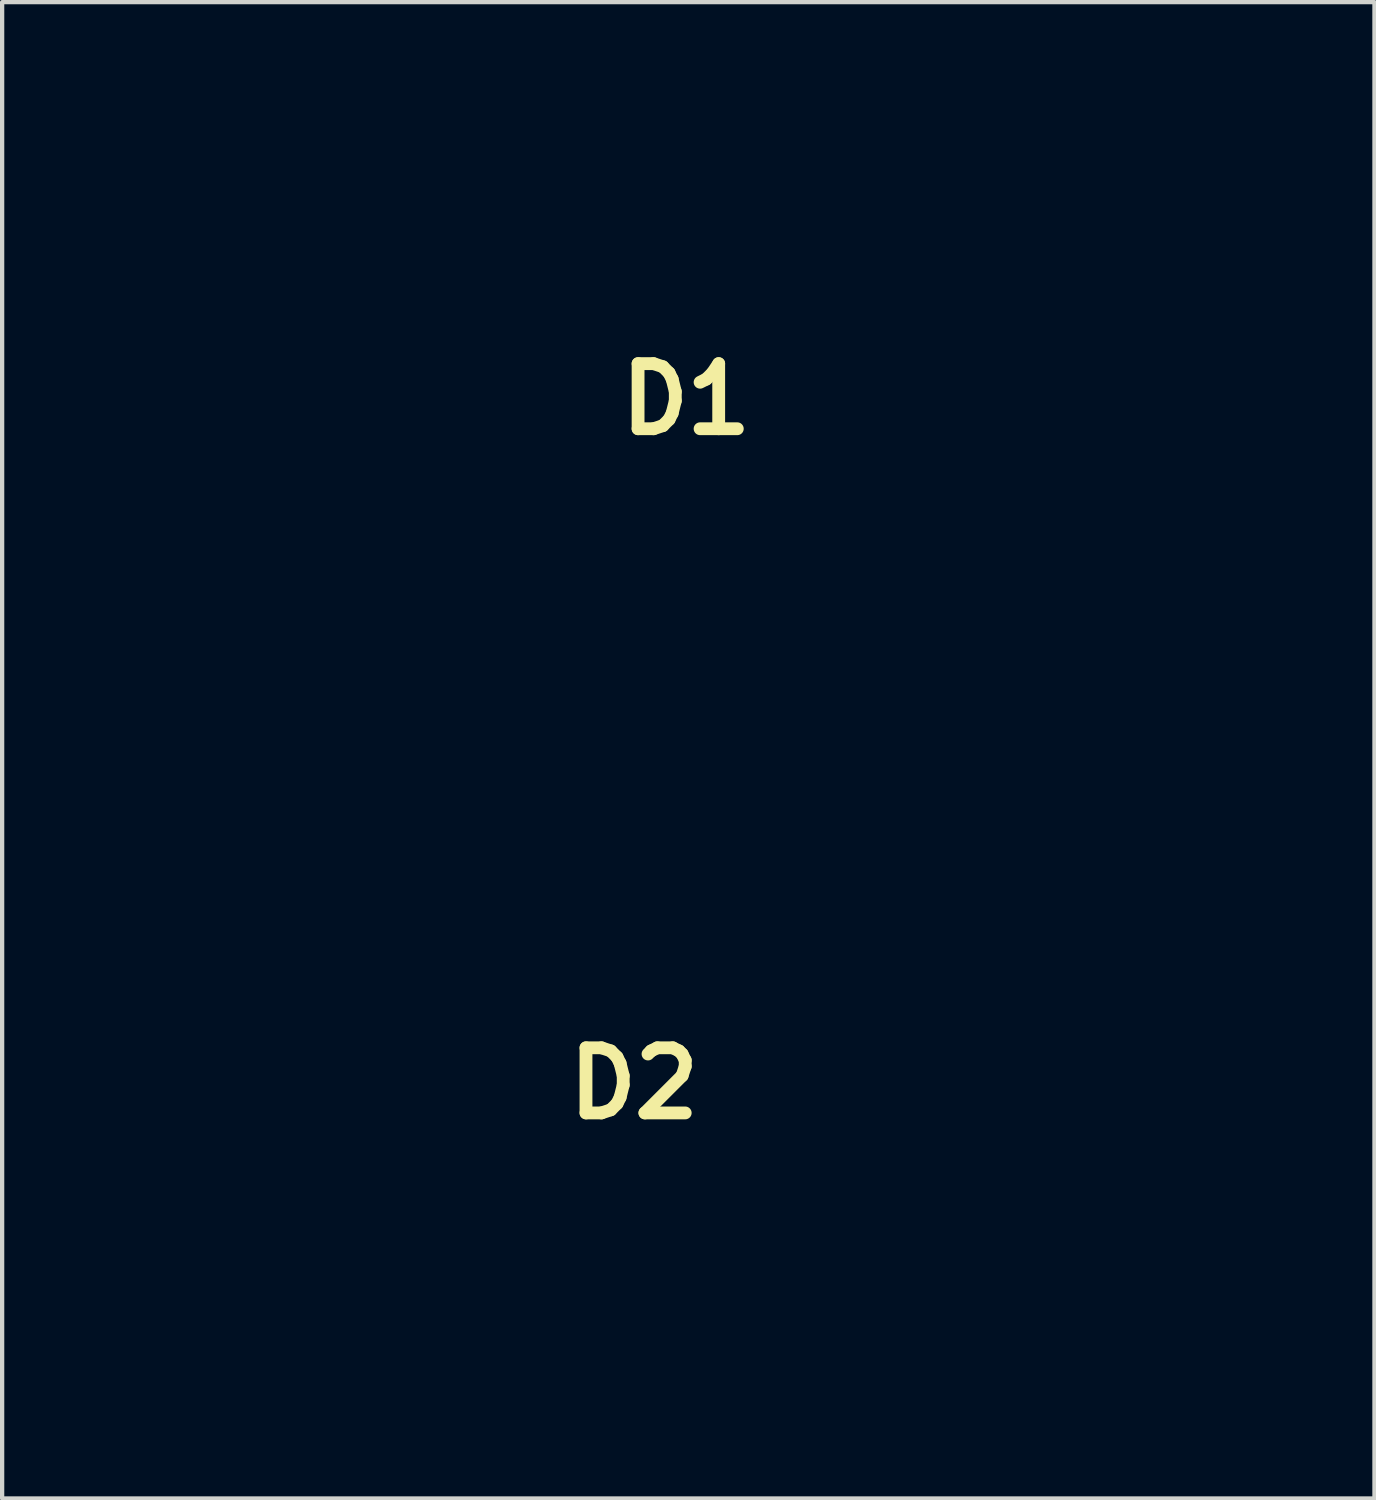
<source format=kicad_pcb>
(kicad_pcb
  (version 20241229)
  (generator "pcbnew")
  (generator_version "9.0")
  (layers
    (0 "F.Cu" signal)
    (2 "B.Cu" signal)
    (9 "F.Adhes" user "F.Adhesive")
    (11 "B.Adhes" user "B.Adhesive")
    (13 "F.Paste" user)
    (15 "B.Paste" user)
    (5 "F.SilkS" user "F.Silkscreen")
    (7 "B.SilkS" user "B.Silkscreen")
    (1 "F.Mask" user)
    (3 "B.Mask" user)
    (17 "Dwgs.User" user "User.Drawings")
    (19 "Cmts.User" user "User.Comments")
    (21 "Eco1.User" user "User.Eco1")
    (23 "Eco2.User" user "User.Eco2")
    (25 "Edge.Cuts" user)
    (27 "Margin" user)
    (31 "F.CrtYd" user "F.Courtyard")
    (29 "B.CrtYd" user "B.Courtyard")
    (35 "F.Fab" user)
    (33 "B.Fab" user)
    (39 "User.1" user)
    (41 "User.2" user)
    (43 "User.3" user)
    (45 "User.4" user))
  (footprint "D1"
    (layer "F.Cu")
    (at 13.01 6.296)
    (property "Reference" "D1" (at 0 0 0) (layer "F.SilkS") (effects (font (size 1.524 1.524) (thickness 0.3))))
    (attr through_hole)
    (fp_poly (pts (xy 7.556 -6.274) (xy 7.775 -6.113) (xy 8.049 -5.796) (xy 8.395 -5.311) (xy 8.447 -5.232) (xy 8.764 -4.783) (xy 9.095 -4.354) (xy 9.398 -3.999) (xy 9.592 -3.805) (xy 9.909 -3.475) (xy 10.044 -3.194) (xy 10.002 -2.937) (xy 9.848 -2.736) (xy 9.709 -2.569) (xy 9.713 -2.427) (xy 9.793 -2.289) (xy 9.958 -2.093) (xy 10.217 -1.841) (xy 10.409 -1.675) (xy 10.68 -1.418) (xy 10.842 -1.192) (xy 10.871 -1.092) (xy 10.801 -0.906) (xy 10.622 -0.663) (xy 10.503 -0.54) (xy 10.134 -0.193) (xy 10.376 0.067) (xy 10.608 0.283) (xy 10.915 0.529) (xy 11.049 0.625) (xy 11.356 0.889) (xy 11.469 1.14) (xy 11.39 1.409) (xy 11.172 1.68) (xy 10.863 1.999) (xy 11.304 2.396) (xy 11.606 2.659) (xy 11.898 2.897) (xy 12.036 3.001) (xy 12.24 3.214) (xy 12.273 3.448) (xy 12.128 3.719) (xy 11.802 4.039) (xy 11.555 4.233) (xy 10.574 4.85) (xy 9.566 5.267) (xy 8.992 5.413) (xy 8.622 5.49) (xy 8.406 5.559) (xy 8.301 5.648) (xy 8.259 5.785) (xy 8.249 5.875) (xy 8.217 6.198) (xy 13.106 6.198) (xy 13.106 6.706) (xy 7.823 6.706) (xy 7.823 5.946) (xy 7.823 5.57) (xy 7.847 5.335) (xy 7.935 5.199) (xy 8.124 5.122) (xy 8.454 5.063) (xy 8.687 5.027) (xy 9.205 4.897) (xy 9.806 4.674) (xy 10.413 4.39) (xy 10.95 4.077) (xy 10.977 4.059) (xy 11.368 3.789) (xy 11.599 3.596) (xy 11.683 3.446) (xy 11.631 3.306) (xy 11.453 3.143) (xy 11.318 3.04) (xy 10.976 2.752) (xy 10.639 2.419) (xy 10.512 2.274) (xy 10.169 1.856) (xy 10.577 1.528) (xy 10.986 1.199) (xy 10.598 0.912) (xy 10.322 0.681) (xy 10.043 0.402) (xy 9.792 0.114) (xy 9.602 -0.142) (xy 9.506 -0.327) (xy 9.513 -0.395) (xy 9.644 -0.496) (xy 9.87 -0.665) (xy 9.976 -0.743) (xy 10.352 -1.018) (xy 9.646 -1.733) (xy 9.346 -2.05) (xy 9.109 -2.322) (xy 8.967 -2.513) (xy 8.941 -2.574) (xy 9.021 -2.705) (xy 9.216 -2.861) (xy 9.249 -2.881) (xy 9.557 -3.063) (xy 9.05 -3.618) (xy 8.742 -3.983) (xy 8.399 -4.433) (xy 8.09 -4.878) (xy 8.056 -4.93) (xy 7.833 -5.267) (xy 7.65 -5.527) (xy 7.533 -5.671) (xy 7.511 -5.688) (xy 7.434 -5.609) (xy 7.279 -5.396) (xy 7.072 -5.088) (xy 6.976 -4.938) (xy 6.678 -4.501) (xy 6.337 -4.05) (xy 6.02 -3.675) (xy 5.99 -3.642) (xy 5.48 -3.099) (xy 5.797 -2.84) (xy 6.114 -2.581) (xy 5.656 -2.019) (xy 5.382 -1.705) (xy 5.113 -1.435) (xy 4.918 -1.273) (xy 4.637 -1.089) (xy 4.949 -0.809) (xy 5.198 -0.601) (xy 5.416 -0.44) (xy 5.45 -0.418) (xy 5.521 -0.356) (xy 5.52 -0.27) (xy 5.43 -0.133) (xy 5.231 0.083) (xy 4.905 0.407) (xy 4.85 0.46) (xy 4.061 1.226) (xy 4.342 1.473) (xy 4.545 1.637) (xy 4.685 1.721) (xy 4.699 1.724) (xy 4.769 1.809) (xy 4.775 1.863) (xy 4.705 1.991) (xy 4.521 2.21) (xy 4.266 2.48) (xy 3.981 2.76) (xy 3.707 3.009) (xy 3.486 3.186) (xy 3.362 3.251) (xy 3.256 3.307) (xy 3.31 3.461) (xy 3.515 3.699) (xy 3.581 3.762) (xy 4.146 4.177) (xy 4.872 4.547) (xy 5.722 4.856) (xy 6.656 5.089) (xy 7.188 5.178) (xy 7.2 5.273) (xy 7.209 5.522) (xy 7.213 5.873) (xy 7.214 5.945) (xy 7.214 6.707) (xy -2.896 6.655) (xy -2.9 4.942) (xy -2.901 4.316) (xy -2.897 3.863) (xy -2.884 3.553) (xy -2.86 3.356) (xy -2.819 3.242) (xy -2.759 3.181) (xy -2.674 3.143) (xy -2.671 3.142) (xy -2.477 2.98) (xy -2.438 2.797) (xy -2.448 2.666) (xy -2.504 2.589) (xy -2.651 2.552) (xy -2.931 2.541) (xy -3.194 2.54) (xy -3.668 2.521) (xy -3.947 2.46) (xy -4.037 2.354) (xy -3.944 2.198) (xy -3.818 2.091) (xy -3.335 1.685) (xy -3.041 1.339) (xy -2.933 1.047) (xy -3.008 0.805) (xy -3.097 0.712) (xy -3.344 0.626) (xy -3.634 0.701) (xy -3.93 0.914) (xy -4.195 1.24) (xy -4.331 1.499) (xy -4.47 1.703) (xy -4.644 1.821) (xy -4.798 1.834) (xy -4.875 1.722) (xy -4.877 1.692) (xy -4.933 1.535) (xy -5.076 1.287) (xy -5.181 1.135) (xy -5.494 0.795) (xy -5.799 0.643) (xy -6.084 0.683) (xy -6.203 0.767) (xy -6.343 1.007) (xy -6.295 1.29) (xy -6.067 1.602) (xy -5.665 1.929) (xy -5.566 1.994) (xy -5.296 2.201) (xy -5.222 2.358) (xy -5.343 2.466) (xy -5.661 2.526) (xy -6.039 2.54) (xy -6.405 2.547) (xy -6.685 2.565) (xy -6.823 2.59) (xy -6.827 2.593) (xy -6.868 2.756) (xy -6.805 2.964) (xy -6.677 3.12) (xy -6.592 3.15) (xy -6.523 3.161) (xy -6.473 3.214) (xy -6.439 3.336) (xy -6.418 3.555) (xy -6.406 3.899) (xy -6.402 4.396) (xy -6.401 4.928) (xy -6.401 6.706) (xy -13.005 6.706) (xy -13.005 6.198) (xy -6.807 6.198) (xy -6.807 3.578) (xy -7.066 3.513) (xy -7.207 3.465) (xy -7.281 3.375) (xy -7.305 3.192) (xy -7.297 2.864) (xy -7.295 2.816) (xy -7.264 2.184) (xy -6.782 2.153) (xy -6.5 2.128) (xy -6.327 2.097) (xy -6.299 2.082) (xy -6.351 1.981) (xy -6.482 1.774) (xy -6.553 1.667) (xy -6.749 1.313) (xy -6.794 1.011) (xy -6.693 0.687) (xy -6.659 0.617) (xy -6.415 0.337) (xy -6.082 0.209) (xy -5.7 0.23) (xy -5.307 0.397) (xy -4.944 0.704) (xy -4.877 0.785) (xy -4.656 1.066) (xy -4.435 0.81) (xy -4.027 0.433) (xy -3.616 0.232) (xy -3.223 0.213) (xy -2.87 0.38) (xy -2.789 0.453) (xy -2.592 0.782) (xy -2.543 1.179) (xy -2.645 1.571) (xy -2.743 1.727) (xy -2.9 1.953) (xy -2.908 2.076) (xy -2.747 2.125) (xy -2.489 2.134) (xy -2.032 2.134) (xy -2.032 2.804) (xy -2.04 3.17) (xy -2.071 3.381) (xy -2.141 3.486) (xy -2.235 3.527) (xy -2.319 3.561) (xy -2.376 3.637) (xy -2.411 3.788) (xy -2.43 4.047) (xy -2.437 4.449) (xy -2.438 4.889) (xy -2.438 6.198) (xy 6.807 6.198) (xy 6.807 5.9) (xy 6.748 5.64) (xy 6.629 5.553) (xy 6.445 5.507) (xy 6.13 5.43) (xy 5.751 5.34) (xy 5.74 5.338) (xy 4.838 5.029) (xy 3.931 4.533) (xy 3.351 4.115) (xy 2.977 3.777) (xy 2.789 3.494) (xy 2.783 3.252) (xy 2.954 3.036) (xy 3 3.001) (xy 3.353 2.73) (xy 3.672 2.454) (xy 3.916 2.209) (xy 4.05 2.032) (xy 4.064 1.987) (xy 3.996 1.839) (xy 3.829 1.644) (xy 3.81 1.626) (xy 3.602 1.364) (xy 3.571 1.115) (xy 3.722 0.855) (xy 4.062 0.561) (xy 4.065 0.558) (xy 4.362 0.324) (xy 4.606 0.104) (xy 4.717 -0.02) (xy 4.79 -0.159) (xy 4.76 -0.282) (xy 4.601 -0.45) (xy 4.513 -0.529) (xy 4.301 -0.759) (xy 4.178 -0.976) (xy 4.166 -1.042) (xy 4.241 -1.219) (xy 4.448 -1.486) (xy 4.76 -1.807) (xy 4.79 -1.835) (xy 5.414 -2.42) (xy 5.196 -2.697) (xy 5.036 -2.951) (xy 5.002 -3.181) (xy 5.107 -3.429) (xy 5.362 -3.735) (xy 5.517 -3.891) (xy 5.829 -4.232) (xy 6.18 -4.668) (xy 6.505 -5.119) (xy 6.58 -5.232) (xy 6.821 -5.601) (xy 7.03 -5.914) (xy 7.178 -6.125) (xy 7.219 -6.178) (xy 7.376 -6.291) (xy 7.556 -6.274)) (stroke (width 0.01) (type solid)) (fill yes) (layer "F.Mask")))
  (footprint "D2"
    (layer "F.Cu")
    (at 11.791 22.31)
    (property "Reference" "D2" (at 0 0 0) (layer "F.SilkS") (effects (font (size 1.524 1.524) (thickness 0.3))))
    (attr through_hole)
    (fp_poly (pts (xy -6.316 -6.259) (xy -6.224 -6.155) (xy -6.048 -5.917) (xy -5.812 -5.581) (xy -5.559 -5.208) (xy -5.244 -4.759) (xy -4.913 -4.326) (xy -4.61 -3.966) (xy -4.43 -3.779) (xy -4.118 -3.443) (xy -3.983 -3.172) (xy -4.019 -2.942) (xy -4.166 -2.77) (xy -4.319 -2.596) (xy -4.369 -2.473) (xy -4.297 -2.351) (xy -4.107 -2.14) (xy -3.835 -1.88) (xy -3.759 -1.812) (xy -3.461 -1.526) (xy -3.247 -1.274) (xy -3.151 -1.099) (xy -3.15 -1.082) (xy -3.22 -0.903) (xy -3.399 -0.664) (xy -3.525 -0.533) (xy -3.901 -0.179) (xy -3.442 0.241) (xy -3.155 0.5) (xy -2.894 0.727) (xy -2.762 0.837) (xy -2.58 1.045) (xy -2.572 1.265) (xy -2.74 1.529) (xy -2.856 1.653) (xy -3.173 1.969) (xy -2.673 2.432) (xy -2.378 2.702) (xy -2.11 2.938) (xy -1.95 3.072) (xy -1.786 3.243) (xy -1.727 3.373) (xy -1.807 3.536) (xy -2.02 3.774) (xy -2.328 4.054) (xy -2.692 4.345) (xy -3.073 4.614) (xy -3.433 4.827) (xy -3.483 4.852) (xy -3.948 5.055) (xy -4.469 5.242) (xy -4.845 5.35) (xy -5.21 5.438) (xy -5.503 5.509) (xy -5.663 5.549) (xy -5.664 5.549) (xy -5.754 5.662) (xy -5.791 5.889) (xy -5.791 6.198) (xy 1.321 6.198) (xy 1.321 4.901) (xy 1.319 4.366) (xy 1.31 4) (xy 1.288 3.765) (xy 1.247 3.628) (xy 1.181 3.551) (xy 1.092 3.504) (xy 0.963 3.422) (xy 0.894 3.285) (xy 0.867 3.037) (xy 0.864 2.794) (xy 0.864 2.184) (xy 1.346 2.153) (xy 1.628 2.126) (xy 1.801 2.091) (xy 1.829 2.073) (xy 1.774 1.967) (xy 1.639 1.768) (xy 1.605 1.721) (xy 1.417 1.334) (xy 1.392 0.947) (xy 1.512 0.602) (xy 1.759 0.342) (xy 2.115 0.211) (xy 2.239 0.203) (xy 2.512 0.24) (xy 2.777 0.373) (xy 3.076 0.611) (xy 3.539 1.019) (xy 3.725 0.785) (xy 4.094 0.434) (xy 4.496 0.238) (xy 4.893 0.205) (xy 5.25 0.341) (xy 5.387 0.46) (xy 5.588 0.81) (xy 5.61 1.213) (xy 5.454 1.625) (xy 5.405 1.699) (xy 5.26 1.917) (xy 5.185 2.059) (xy 5.182 2.073) (xy 5.272 2.11) (xy 5.501 2.131) (xy 5.629 2.134) (xy 6.076 2.134) (xy 6.119 2.616) (xy 6.123 3.064) (xy 6.052 3.382) (xy 5.914 3.542) (xy 5.845 3.556) (xy 5.78 3.584) (xy 5.736 3.688) (xy 5.709 3.898) (xy 5.694 4.245) (xy 5.69 4.76) (xy 5.69 4.877) (xy 5.69 6.198) (xy 11.786 6.198) (xy 11.786 6.708) (xy 5.232 6.655) (xy 5.232 4.928) (xy 5.233 4.299) (xy 5.238 3.844) (xy 5.25 3.535) (xy 5.274 3.341) (xy 5.314 3.235) (xy 5.372 3.188) (xy 5.453 3.169) (xy 5.461 3.168) (xy 5.632 3.093) (xy 5.688 2.896) (xy 5.69 2.842) (xy 5.69 2.549) (xy 4.91 2.519) (xy 4.498 2.489) (xy 4.213 2.439) (xy 4.093 2.375) (xy 4.093 2.374) (xy 4.149 2.259) (xy 4.332 2.073) (xy 4.568 1.883) (xy 4.949 1.542) (xy 5.147 1.218) (xy 5.157 0.924) (xy 5.11 0.822) (xy 4.913 0.665) (xy 4.652 0.665) (xy 4.361 0.806) (xy 4.077 1.067) (xy 3.837 1.432) (xy 3.817 1.472) (xy 3.647 1.74) (xy 3.479 1.807) (xy 3.303 1.674) (xy 3.154 1.432) (xy 2.916 1.069) (xy 2.628 0.787) (xy 2.343 0.628) (xy 2.227 0.61) (xy 2.006 0.698) (xy 1.848 0.91) (xy 1.801 1.168) (xy 1.821 1.256) (xy 1.942 1.433) (xy 2.174 1.667) (xy 2.397 1.853) (xy 2.72 2.118) (xy 2.867 2.3) (xy 2.832 2.416) (xy 2.607 2.483) (xy 2.188 2.517) (xy 2.134 2.52) (xy 1.754 2.545) (xy 1.455 2.584) (xy 1.294 2.63) (xy 1.285 2.636) (xy 1.235 2.806) (xy 1.307 3.003) (xy 1.457 3.135) (xy 1.531 3.15) (xy 1.602 3.16) (xy 1.653 3.209) (xy 1.688 3.326) (xy 1.71 3.537) (xy 1.722 3.871) (xy 1.726 4.357) (xy 1.727 4.928) (xy 1.727 6.706) (xy -6.198 6.706) (xy -6.198 5.94) (xy -6.183 5.489) (xy -6.137 5.225) (xy -6.071 5.14) (xy -5.91 5.108) (xy -5.614 5.057) (xy -5.264 5.001) (xy -4.625 4.843) (xy -3.933 4.574) (xy -3.269 4.231) (xy -2.717 3.852) (xy -2.667 3.81) (xy -2.235 3.439) (xy -3.051 2.671) (xy -3.866 1.904) (xy -3.455 1.552) (xy -3.044 1.2) (xy -3.478 0.867) (xy -3.778 0.61) (xy -4.064 0.32) (xy -4.304 0.035) (xy -4.467 -0.206) (xy -4.522 -0.364) (xy -4.508 -0.395) (xy -4.378 -0.495) (xy -4.15 -0.665) (xy -4.027 -0.756) (xy -3.635 -1.044) (xy -4.083 -1.427) (xy -4.401 -1.732) (xy -4.705 -2.076) (xy -4.826 -2.235) (xy -4.994 -2.497) (xy -5.045 -2.648) (xy -4.993 -2.734) (xy -4.974 -2.746) (xy -4.711 -2.905) (xy -4.583 -3.033) (xy -4.591 -3.176) (xy -4.736 -3.379) (xy -5.002 -3.668) (xy -5.332 -4.051) (xy -5.686 -4.512) (xy -5.989 -4.953) (xy -5.994 -4.961) (xy -6.209 -5.291) (xy -6.385 -5.542) (xy -6.494 -5.676) (xy -6.511 -5.687) (xy -6.588 -5.609) (xy -6.747 -5.395) (xy -6.962 -5.084) (xy -7.113 -4.856) (xy -7.409 -4.428) (xy -7.729 -4.007) (xy -8.02 -3.664) (xy -8.109 -3.57) (xy -8.562 -3.116) (xy -7.925 -2.591) (xy -8.38 -2.02) (xy -8.647 -1.706) (xy -8.906 -1.438) (xy -9.094 -1.279) (xy -9.25 -1.153) (xy -9.281 -1.033) (xy -9.172 -0.885) (xy -8.909 -0.673) (xy -8.81 -0.6) (xy -8.394 -0.299) (xy -9.954 1.231) (xy -9.676 1.476) (xy -9.473 1.638) (xy -9.334 1.721) (xy -9.322 1.724) (xy -9.246 1.791) (xy -9.307 1.965) (xy -9.484 2.219) (xy -9.76 2.528) (xy -10.113 2.869) (xy -10.396 3.111) (xy -10.783 3.427) (xy -10.344 3.804) (xy -9.788 4.199) (xy -9.102 4.559) (xy -8.359 4.85) (xy -7.669 5.033) (xy -7.297 5.103) (xy -7.01 5.155) (xy -6.859 5.181) (xy -6.849 5.182) (xy -6.829 5.275) (xy -6.814 5.522) (xy -6.807 5.872) (xy -6.807 5.944) (xy -6.807 6.706) (xy -11.786 6.706) (xy -11.786 6.198) (xy -7.214 6.198) (xy -7.214 5.895) (xy -7.25 5.666) (xy -7.397 5.559) (xy -7.493 5.535) (xy -8.643 5.234) (xy -9.633 4.826) (xy -10.484 4.304) (xy -10.795 4.056) (xy -11.103 3.763) (xy -11.253 3.52) (xy -11.243 3.291) (xy -11.067 3.04) (xy -10.721 2.732) (xy -10.617 2.649) (xy -10.312 2.394) (xy -10.082 2.173) (xy -9.964 2.023) (xy -9.957 1.997) (xy -10.026 1.842) (xy -10.193 1.643) (xy -10.211 1.626) (xy -10.42 1.361) (xy -10.449 1.11) (xy -10.294 0.848) (xy -9.97 0.568) (xy -9.674 0.333) (xy -9.432 0.106) (xy -9.327 -0.018) (xy -9.248 -0.168) (xy -9.273 -0.292) (xy -9.424 -0.454) (xy -9.517 -0.537) (xy -9.79 -0.853) (xy -9.861 -1.148) (xy -9.729 -1.428) (xy -9.46 -1.657) (xy -9.163 -1.889) (xy -8.907 -2.147) (xy -8.853 -2.216) (xy -8.719 -2.42) (xy -8.702 -2.54) (xy -8.799 -2.656) (xy -8.832 -2.686) (xy -9.012 -2.886) (xy -9.07 -3.082) (xy -8.997 -3.306) (xy -8.783 -3.595) (xy -8.5 -3.9) (xy -8.142 -4.305) (xy -7.759 -4.795) (xy -7.424 -5.277) (xy -7.366 -5.369) (xy -7.034 -5.861) (xy -6.754 -6.167) (xy -6.517 -6.296) (xy -6.316 -6.259)) (stroke (width 0.01) (type solid)) (fill yes) (layer "F.Mask")))
  (gr_rect
    (start -3 -3)
    (end 29.121 32.024)
    (stroke (width 0.1) (type default))
    (fill no)
    (layer "Edge.Cuts")))
</source>
